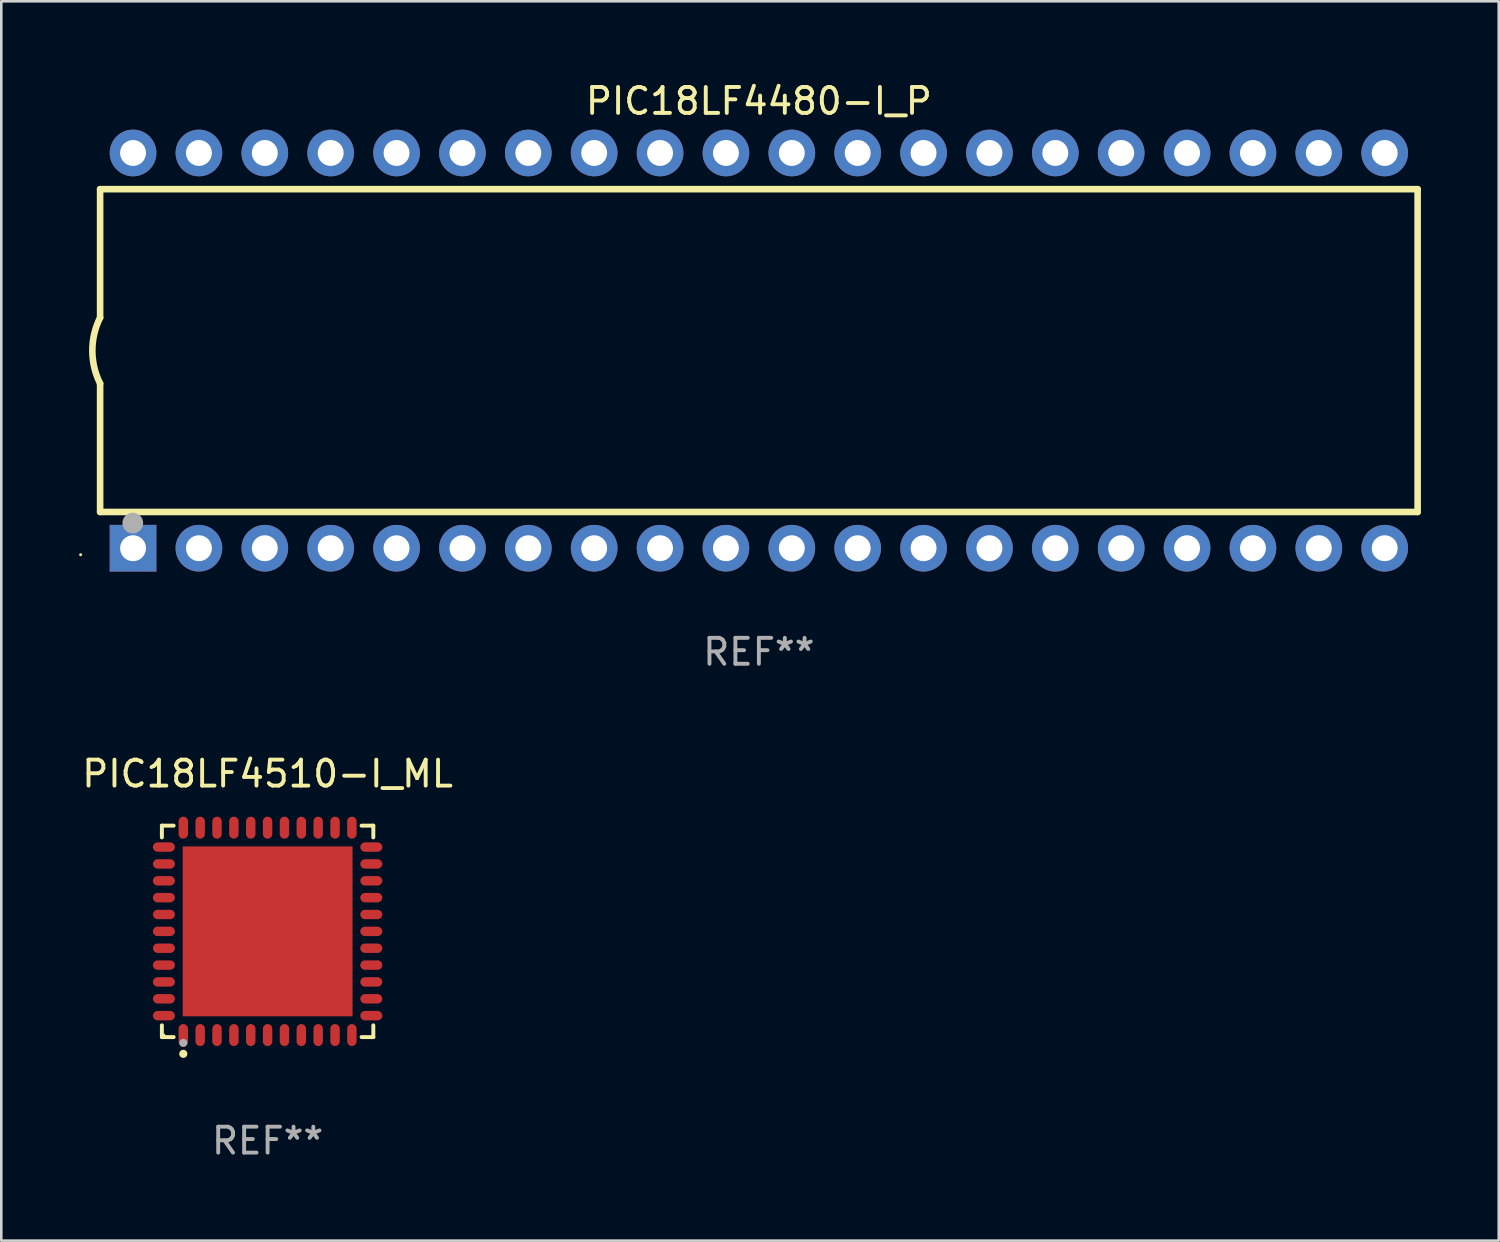
<source format=kicad_pcb>
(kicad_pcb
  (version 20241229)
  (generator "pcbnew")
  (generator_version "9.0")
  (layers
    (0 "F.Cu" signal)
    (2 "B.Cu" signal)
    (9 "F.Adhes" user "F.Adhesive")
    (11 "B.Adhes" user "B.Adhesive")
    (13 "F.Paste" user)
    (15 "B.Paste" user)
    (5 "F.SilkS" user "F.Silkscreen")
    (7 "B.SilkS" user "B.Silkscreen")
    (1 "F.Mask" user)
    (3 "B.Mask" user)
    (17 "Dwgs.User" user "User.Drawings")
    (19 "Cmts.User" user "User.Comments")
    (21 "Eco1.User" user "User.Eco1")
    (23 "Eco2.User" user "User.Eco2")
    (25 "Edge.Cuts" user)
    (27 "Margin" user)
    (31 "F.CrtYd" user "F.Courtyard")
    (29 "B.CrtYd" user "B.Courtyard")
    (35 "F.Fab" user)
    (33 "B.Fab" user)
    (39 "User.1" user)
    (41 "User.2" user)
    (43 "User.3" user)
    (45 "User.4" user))
  (footprint "PIC18LF4510-I_ML"
    (layer "F.Cu")
    (at 7.268 32.861)
    (property "Reference" "PIC18LF4510-I_ML" (at 0 -6.076 0) (layer "F.SilkS") (effects (font (size 1 1) (thickness 0.15))))
    (attr through_hole)
    (fp_line (start -4.076 -4.076) (end -3.623 -4.076) (stroke (width 0.152) (type solid)) (layer "F.SilkS"))
    (fp_line (start -4.076 -3.623) (end -4.076 -4.076) (stroke (width 0.152) (type solid)) (layer "F.SilkS"))
    (fp_line (start -4.076 3.623) (end -4.076 4.076) (stroke (width 0.152) (type solid)) (layer "F.SilkS"))
    (fp_line (start -4.076 4.076) (end -3.623 4.076) (stroke (width 0.152) (type solid)) (layer "F.SilkS"))
    (fp_line (start 4.076 -4.076) (end 3.623 -4.076) (stroke (width 0.152) (type solid)) (layer "F.SilkS"))
    (fp_line (start 4.076 -3.623) (end 4.076 -4.076) (stroke (width 0.152) (type solid)) (layer "F.SilkS"))
    (fp_line (start 4.076 3.623) (end 4.076 4.076) (stroke (width 0.152) (type solid)) (layer "F.SilkS"))
    (fp_line (start 4.076 4.076) (end 3.623 4.076) (stroke (width 0.152) (type solid)) (layer "F.SilkS"))
    (fp_circle (center -4 4) (end -3.97 4) (stroke (width 0.06) (type solid)) (fill no) (layer "F.SilkS"))
    (fp_circle (center -3.25 4.722) (end -3.171 4.722) (stroke (width 0.158) (type solid)) (fill no) (layer "F.SilkS"))
    (fp_circle (center -3.25 4.3) (end -3.171 4.3) (stroke (width 0.158) (type solid)) (fill no) (layer "F.Fab"))
    (fp_text user "REF**" (at 0 8.076 0) (layer "F.Fab") (effects (font (size 1 1) (thickness 0.15))))
    (pad "1" smd oval (at -3.25 3.998) (size 0.364 0.847) (layers "F.Cu" "F.Mask" "F.Paste"))
    (pad "2" smd oval (at -2.6 3.998) (size 0.364 0.847) (layers "F.Cu" "F.Mask" "F.Paste"))
    (pad "3" smd oval (at -1.95 3.998) (size 0.364 0.847) (layers "F.Cu" "F.Mask" "F.Paste"))
    (pad "4" smd oval (at -1.3 3.998) (size 0.364 0.847) (layers "F.Cu" "F.Mask" "F.Paste"))
    (pad "5" smd oval (at -0.65 3.998) (size 0.364 0.847) (layers "F.Cu" "F.Mask" "F.Paste"))
    (pad "6" smd oval (at 0 3.998) (size 0.364 0.847) (layers "F.Cu" "F.Mask" "F.Paste"))
    (pad "7" smd oval (at 0.65 3.998) (size 0.364 0.847) (layers "F.Cu" "F.Mask" "F.Paste"))
    (pad "8" smd oval (at 1.3 3.998) (size 0.364 0.847) (layers "F.Cu" "F.Mask" "F.Paste"))
    (pad "9" smd oval (at 1.95 3.998) (size 0.364 0.847) (layers "F.Cu" "F.Mask" "F.Paste"))
    (pad "10" smd oval (at 2.6 3.998) (size 0.364 0.847) (layers "F.Cu" "F.Mask" "F.Paste"))
    (pad "11" smd oval (at 3.25 3.998) (size 0.364 0.847) (layers "F.Cu" "F.Mask" "F.Paste"))
    (pad "12" smd oval (at 3.998 3.25) (size 0.847 0.364) (layers "F.Cu" "F.Mask" "F.Paste"))
    (pad "13" smd oval (at 3.998 2.6) (size 0.847 0.364) (layers "F.Cu" "F.Mask" "F.Paste"))
    (pad "14" smd oval (at 3.998 1.95) (size 0.847 0.364) (layers "F.Cu" "F.Mask" "F.Paste"))
    (pad "15" smd oval (at 3.998 1.3) (size 0.847 0.364) (layers "F.Cu" "F.Mask" "F.Paste"))
    (pad "16" smd oval (at 3.998 0.65) (size 0.847 0.364) (layers "F.Cu" "F.Mask" "F.Paste"))
    (pad "17" smd oval (at 3.998 0) (size 0.847 0.364) (layers "F.Cu" "F.Mask" "F.Paste"))
    (pad "18" smd oval (at 3.998 -0.65) (size 0.847 0.364) (layers "F.Cu" "F.Mask" "F.Paste"))
    (pad "19" smd oval (at 3.998 -1.3) (size 0.847 0.364) (layers "F.Cu" "F.Mask" "F.Paste"))
    (pad "20" smd oval (at 3.998 -1.95) (size 0.847 0.364) (layers "F.Cu" "F.Mask" "F.Paste"))
    (pad "21" smd oval (at 3.998 -2.6) (size 0.847 0.364) (layers "F.Cu" "F.Mask" "F.Paste"))
    (pad "22" smd oval (at 3.998 -3.25) (size 0.847 0.364) (layers "F.Cu" "F.Mask" "F.Paste"))
    (pad "23" smd oval (at 3.25 -3.998) (size 0.364 0.847) (layers "F.Cu" "F.Mask" "F.Paste"))
    (pad "24" smd oval (at 2.6 -3.998) (size 0.364 0.847) (layers "F.Cu" "F.Mask" "F.Paste"))
    (pad "25" smd oval (at 1.95 -3.998) (size 0.364 0.847) (layers "F.Cu" "F.Mask" "F.Paste"))
    (pad "26" smd oval (at 1.3 -3.998) (size 0.364 0.847) (layers "F.Cu" "F.Mask" "F.Paste"))
    (pad "27" smd oval (at 0.65 -3.998) (size 0.364 0.847) (layers "F.Cu" "F.Mask" "F.Paste"))
    (pad "28" smd oval (at 0 -3.998) (size 0.364 0.847) (layers "F.Cu" "F.Mask" "F.Paste"))
    (pad "29" smd oval (at -0.65 -3.998) (size 0.364 0.847) (layers "F.Cu" "F.Mask" "F.Paste"))
    (pad "30" smd oval (at -1.3 -3.998) (size 0.364 0.847) (layers "F.Cu" "F.Mask" "F.Paste"))
    (pad "31" smd oval (at -1.95 -3.998) (size 0.364 0.847) (layers "F.Cu" "F.Mask" "F.Paste"))
    (pad "32" smd oval (at -2.6 -3.998) (size 0.364 0.847) (layers "F.Cu" "F.Mask" "F.Paste"))
    (pad "33" smd oval (at -3.25 -3.998) (size 0.364 0.847) (layers "F.Cu" "F.Mask" "F.Paste"))
    (pad "34" smd oval (at -3.998 -3.25) (size 0.847 0.364) (layers "F.Cu" "F.Mask" "F.Paste"))
    (pad "35" smd oval (at -3.998 -2.6) (size 0.847 0.364) (layers "F.Cu" "F.Mask" "F.Paste"))
    (pad "36" smd oval (at -3.998 -1.95) (size 0.847 0.364) (layers "F.Cu" "F.Mask" "F.Paste"))
    (pad "37" smd oval (at -3.998 -1.3) (size 0.847 0.364) (layers "F.Cu" "F.Mask" "F.Paste"))
    (pad "38" smd oval (at -3.998 -0.65) (size 0.847 0.364) (layers "F.Cu" "F.Mask" "F.Paste"))
    (pad "39" smd oval (at -3.998 0) (size 0.847 0.364) (layers "F.Cu" "F.Mask" "F.Paste"))
    (pad "40" smd oval (at -3.998 0.65) (size 0.847 0.364) (layers "F.Cu" "F.Mask" "F.Paste"))
    (pad "41" smd oval (at -3.998 1.3) (size 0.847 0.364) (layers "F.Cu" "F.Mask" "F.Paste"))
    (pad "42" smd oval (at -3.998 1.95) (size 0.847 0.364) (layers "F.Cu" "F.Mask" "F.Paste"))
    (pad "43" smd oval (at -3.998 2.6) (size 0.847 0.364) (layers "F.Cu" "F.Mask" "F.Paste"))
    (pad "44" smd oval (at -3.998 3.25) (size 0.847 0.364) (layers "F.Cu" "F.Mask" "F.Paste"))
    (pad "45" smd rect (at 0 0) (size 6.55 6.55) (layers "F.Cu" "F.Mask" "F.Paste")))
  (footprint "PIC18LF4480-I_P"
    (layer "F.Cu")
    (at 26.21 10.468)
    (property "Reference" "PIC18LF4480-I_P" (at 0 -9.62 0) (layer "F.SilkS") (effects (font (size 1 1) (thickness 0.15))))
    (attr through_hole)
    (fp_line (start -25.4 -6.224) (end -25.4 -1.271) (stroke (width 0.254) (type solid)) (layer "F.SilkS"))
    (fp_line (start -25.4 -6.224) (end 25.4 -6.224) (stroke (width 0.254) (type solid)) (layer "F.SilkS"))
    (fp_line (start -25.4 1.269) (end -25.4 6.222) (stroke (width 0.254) (type solid)) (layer "F.SilkS"))
    (fp_line (start -25.4 6.222) (end 25.4 6.222) (stroke (width 0.254) (type solid)) (layer "F.SilkS"))
    (fp_line (start 25.4 6.222) (end 25.4 -6.224) (stroke (width 0.254) (type solid)) (layer "F.SilkS"))
    (fp_arc (start -25.4 1.269241) (mid -25.699807 -0.000762) (end -25.4 -1.270765) (stroke (width 0.254001) (type solid)) (layer "F.SilkS"))
    (fp_circle (center -26.15 7.87) (end -26.12 7.87) (stroke (width 0.06) (type solid)) (fill no) (layer "F.SilkS"))
    (fp_circle (center -24.14 6.65) (end -23.94 6.65) (stroke (width 0.4) (type solid)) (fill no) (layer "F.Fab"))
    (fp_text user "REF**" (at 0 11.62 0) (layer "F.Fab") (effects (font (size 1 1) (thickness 0.15))))
    (pad "1" thru_hole rect (at -24.13 7.62 90) (size 1.8 1.8) (drill 1) (layers "*.Cu" "*.Mask"))
    (pad "2" thru_hole circle (at -21.59 7.62) (size 1.8 1.8) (drill 1) (layers "*.Cu" "*.Mask"))
    (pad "3" thru_hole circle (at -19.05 7.62) (size 1.8 1.8) (drill 1) (layers "*.Cu" "*.Mask"))
    (pad "4" thru_hole circle (at -16.51 7.62) (size 1.8 1.8) (drill 1) (layers "*.Cu" "*.Mask"))
    (pad "5" thru_hole circle (at -13.97 7.62) (size 1.8 1.8) (drill 1) (layers "*.Cu" "*.Mask"))
    (pad "6" thru_hole circle (at -11.43 7.62) (size 1.8 1.8) (drill 1) (layers "*.Cu" "*.Mask"))
    (pad "7" thru_hole circle (at -8.89 7.62) (size 1.8 1.8) (drill 1) (layers "*.Cu" "*.Mask"))
    (pad "8" thru_hole circle (at -6.35 7.62) (size 1.8 1.8) (drill 1) (layers "*.Cu" "*.Mask"))
    (pad "9" thru_hole circle (at -3.81 7.62) (size 1.8 1.8) (drill 1) (layers "*.Cu" "*.Mask"))
    (pad "10" thru_hole circle (at -1.27 7.62) (size 1.8 1.8) (drill 1) (layers "*.Cu" "*.Mask"))
    (pad "11" thru_hole circle (at 1.27 7.62) (size 1.8 1.8) (drill 1) (layers "*.Cu" "*.Mask"))
    (pad "12" thru_hole circle (at 3.81 7.62) (size 1.8 1.8) (drill 1) (layers "*.Cu" "*.Mask"))
    (pad "13" thru_hole circle (at 6.35 7.62) (size 1.8 1.8) (drill 1) (layers "*.Cu" "*.Mask"))
    (pad "14" thru_hole circle (at 8.89 7.62) (size 1.8 1.8) (drill 1) (layers "*.Cu" "*.Mask"))
    (pad "15" thru_hole circle (at 11.43 7.62) (size 1.8 1.8) (drill 1) (layers "*.Cu" "*.Mask"))
    (pad "16" thru_hole circle (at 13.97 7.62) (size 1.8 1.8) (drill 1) (layers "*.Cu" "*.Mask"))
    (pad "17" thru_hole circle (at 16.51 7.62) (size 1.8 1.8) (drill 1) (layers "*.Cu" "*.Mask"))
    (pad "18" thru_hole circle (at 19.05 7.62) (size 1.8 1.8) (drill 1) (layers "*.Cu" "*.Mask"))
    (pad "19" thru_hole circle (at 21.59 7.62) (size 1.8 1.8) (drill 1) (layers "*.Cu" "*.Mask"))
    (pad "20" thru_hole circle (at 24.13 7.62) (size 1.8 1.8) (drill 1) (layers "*.Cu" "*.Mask"))
    (pad "21" thru_hole circle (at 24.13 -7.62) (size 1.8 1.8) (drill 1) (layers "*.Cu" "*.Mask"))
    (pad "22" thru_hole circle (at 21.59 -7.62) (size 1.8 1.8) (drill 1) (layers "*.Cu" "*.Mask"))
    (pad "23" thru_hole circle (at 19.05 -7.62) (size 1.8 1.8) (drill 1) (layers "*.Cu" "*.Mask"))
    (pad "24" thru_hole circle (at 16.51 -7.62) (size 1.8 1.8) (drill 1) (layers "*.Cu" "*.Mask"))
    (pad "25" thru_hole circle (at 13.97 -7.62) (size 1.8 1.8) (drill 1) (layers "*.Cu" "*.Mask"))
    (pad "26" thru_hole circle (at 11.43 -7.62) (size 1.8 1.8) (drill 1) (layers "*.Cu" "*.Mask"))
    (pad "27" thru_hole circle (at 8.89 -7.62) (size 1.8 1.8) (drill 1) (layers "*.Cu" "*.Mask"))
    (pad "28" thru_hole circle (at 6.35 -7.62) (size 1.8 1.8) (drill 1) (layers "*.Cu" "*.Mask"))
    (pad "29" thru_hole circle (at 3.81 -7.62) (size 1.8 1.8) (drill 1) (layers "*.Cu" "*.Mask"))
    (pad "30" thru_hole circle (at 1.27 -7.62) (size 1.8 1.8) (drill 1) (layers "*.Cu" "*.Mask"))
    (pad "31" thru_hole circle (at -1.27 -7.62) (size 1.8 1.8) (drill 1) (layers "*.Cu" "*.Mask"))
    (pad "32" thru_hole circle (at -3.81 -7.62) (size 1.8 1.8) (drill 1) (layers "*.Cu" "*.Mask"))
    (pad "33" thru_hole circle (at -6.35 -7.62) (size 1.8 1.8) (drill 1) (layers "*.Cu" "*.Mask"))
    (pad "34" thru_hole circle (at -8.89 -7.62) (size 1.8 1.8) (drill 1) (layers "*.Cu" "*.Mask"))
    (pad "35" thru_hole circle (at -11.43 -7.62) (size 1.8 1.8) (drill 1) (layers "*.Cu" "*.Mask"))
    (pad "36" thru_hole circle (at -13.97 -7.62) (size 1.8 1.8) (drill 1) (layers "*.Cu" "*.Mask"))
    (pad "37" thru_hole circle (at -16.51 -7.62) (size 1.8 1.8) (drill 1) (layers "*.Cu" "*.Mask"))
    (pad "38" thru_hole circle (at -19.05 -7.62) (size 1.8 1.8) (drill 1) (layers "*.Cu" "*.Mask"))
    (pad "39" thru_hole circle (at -21.59 -7.62) (size 1.8 1.8) (drill 1) (layers "*.Cu" "*.Mask"))
    (pad "40" thru_hole circle (at -24.13 -7.62) (size 1.8 1.8) (drill 1) (layers "*.Cu" "*.Mask")))
  (gr_rect
    (start -3 -3)
    (end 54.737 44.785)
    (stroke (width 0.1) (type default))
    (fill no)
    (layer "Edge.Cuts")))
</source>
